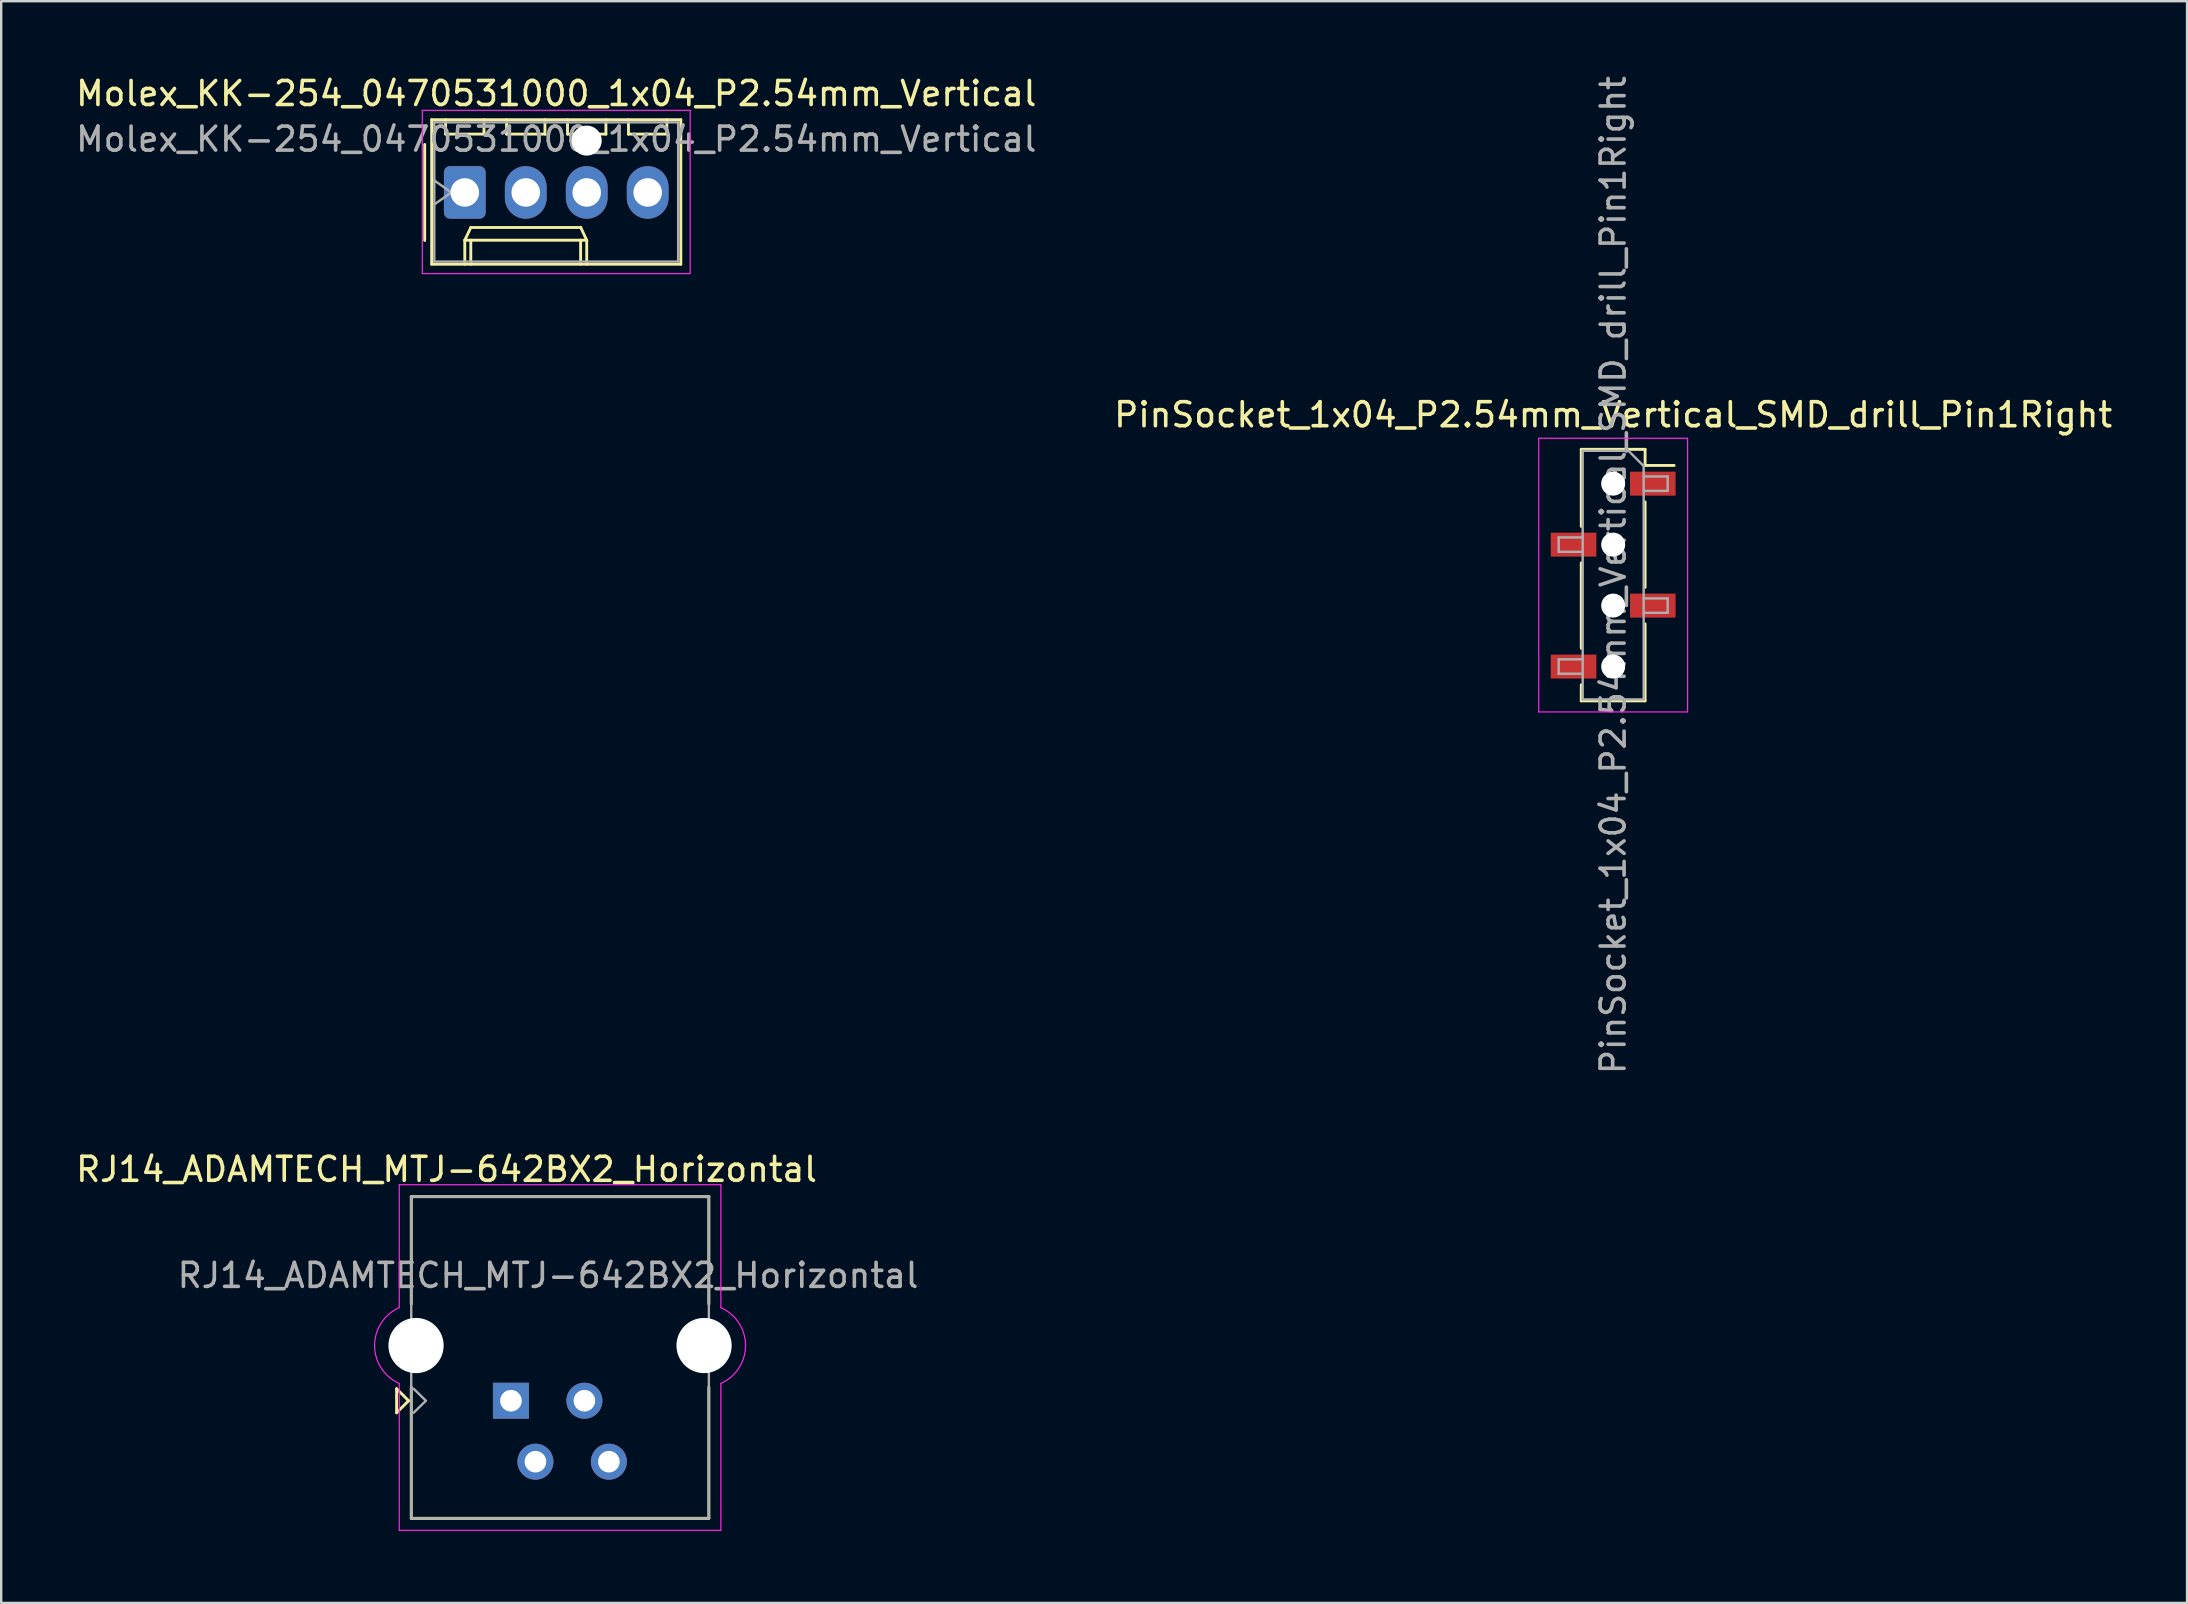
<source format=kicad_pcb>
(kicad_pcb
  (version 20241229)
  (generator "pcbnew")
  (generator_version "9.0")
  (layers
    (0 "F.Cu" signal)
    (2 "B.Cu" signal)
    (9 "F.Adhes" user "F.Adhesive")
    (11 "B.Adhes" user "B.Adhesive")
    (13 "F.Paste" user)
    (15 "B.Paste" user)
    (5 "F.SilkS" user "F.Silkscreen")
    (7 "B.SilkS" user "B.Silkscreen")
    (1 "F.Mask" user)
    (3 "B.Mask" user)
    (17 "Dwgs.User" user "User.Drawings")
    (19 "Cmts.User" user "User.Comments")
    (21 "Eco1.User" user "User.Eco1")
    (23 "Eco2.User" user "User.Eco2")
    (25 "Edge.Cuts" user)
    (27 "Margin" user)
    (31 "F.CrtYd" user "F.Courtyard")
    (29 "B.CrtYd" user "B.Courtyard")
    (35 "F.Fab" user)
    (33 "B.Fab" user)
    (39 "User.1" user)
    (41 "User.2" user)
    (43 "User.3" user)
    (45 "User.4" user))
  (footprint "RJ14_ADAMTECH_MTJ-642BX2_Horizontal"
    (layer "F.Cu")
    (at 18.238 55.31)
    (property "Reference" "RJ14_ADAMTECH_MTJ-642BX2_Horizontal" (at -2.684 -9.64 180) (layer "F.SilkS") (effects (font (size 1 1) (thickness 0.15))))
    (attr through_hole)
    (fp_line (start -4.764 -0.5) (end -4.264 0) (stroke (width 0.12) (type solid)) (layer "F.SilkS"))
    (fp_line (start -4.764 0.5) (end -4.764 -0.5) (stroke (width 0.12) (type solid)) (layer "F.SilkS"))
    (fp_line (start -4.264 0) (end -4.764 0.5) (stroke (width 0.12) (type solid)) (layer "F.SilkS"))
    (fp_line (start -4.154 -8.5) (end -4.154 -4.03) (stroke (width 0.12) (type solid)) (layer "F.SilkS"))
    (fp_line (start -4.154 -8.5) (end 8.246 -8.5) (stroke (width 0.12) (type solid)) (layer "F.SilkS"))
    (fp_line (start -4.154 4.9) (end -4.154 -0.57) (stroke (width 0.12) (type solid)) (layer "F.SilkS"))
    (fp_line (start 8.246 -8.5) (end 8.246 -4.03) (stroke (width 0.12) (type solid)) (layer "F.SilkS"))
    (fp_line (start 8.246 -0.57) (end 8.246 4.9) (stroke (width 0.12) (type solid)) (layer "F.SilkS"))
    (fp_line (start 8.246 4.9) (end -4.154 4.9) (stroke (width 0.12) (type solid)) (layer "F.SilkS"))
    (fp_line (start -4.654 -9) (end 8.746 -9) (stroke (width 0.05) (type solid)) (layer "F.CrtYd"))
    (fp_line (start -4.654 -3.88) (end -4.654 -9) (stroke (width 0.05) (type solid)) (layer "F.CrtYd"))
    (fp_line (start -4.654 5.4) (end -4.654 -0.72) (stroke (width 0.05) (type solid)) (layer "F.CrtYd"))
    (fp_line (start 8.746 -9) (end 8.746 -3.88) (stroke (width 0.05) (type solid)) (layer "F.CrtYd"))
    (fp_line (start 8.746 5.4) (end -4.654 5.4) (stroke (width 0.05) (type solid)) (layer "F.CrtYd"))
    (fp_line (start 8.746 5.4) (end 8.746 -0.72) (stroke (width 0.05) (type solid)) (layer "F.CrtYd"))
    (fp_arc (start -4.654 -0.72) (mid -5.68212 -2.3) (end -4.654 -3.88) (stroke (width 0.05) (type solid)) (layer "F.CrtYd"))
    (fp_arc (start 8.746 -3.88) (mid 9.77412 -2.3) (end 8.746 -0.72) (stroke (width 0.05) (type solid)) (layer "F.CrtYd"))
    (fp_line (start -4.154 -8.5) (end 8.246 -8.5) (stroke (width 0.1) (type solid)) (layer "F.Fab"))
    (fp_line (start -4.154 4.9) (end -4.154 -8.5) (stroke (width 0.1) (type solid)) (layer "F.Fab"))
    (fp_line (start -4.054 -0.5) (end -3.544 0) (stroke (width 0.1) (type solid)) (layer "F.Fab"))
    (fp_line (start -3.544 0) (end -4.054 0.5) (stroke (width 0.1) (type solid)) (layer "F.Fab"))
    (fp_line (start 8.246 -8.5) (end 8.246 4.9) (stroke (width 0.1) (type solid)) (layer "F.Fab"))
    (fp_line (start 8.246 4.9) (end -4.154 4.9) (stroke (width 0.1) (type solid)) (layer "F.Fab"))
    (fp_text user "${REFERENCE}" (at 1.546 -5.22 180) (layer "F.Fab") (effects (font (size 1 1) (thickness 0.15))))
    (pad "" np_thru_hole circle (at -3.954 -2.3 180) (size 2.3 2.3) (drill 2.3) (layers "*.Cu" "*.Mask"))
    (pad "" np_thru_hole circle (at 8.046 -2.3 180) (size 2.3 2.3) (drill 2.3) (layers "*.Cu" "*.Mask"))
    (pad "1" thru_hole rect (at 0 0 180) (size 1.5 1.5) (drill 0.9) (layers "*.Cu" "*.Mask"))
    (pad "2" thru_hole circle (at 1.02 2.54 180) (size 1.5 1.5) (drill 0.9) (layers "*.Cu" "*.Mask"))
    (pad "3" thru_hole circle (at 3.06 0 180) (size 1.5 1.5) (drill 0.9) (layers "*.Cu" "*.Mask"))
    (pad "4" thru_hole circle (at 4.08 2.54 180) (size 1.5 1.5) (drill 0.9) (layers "*.Cu" "*.Mask")))
  (footprint "PinSocket_1x04_P2.54mm_Vertical_SMD_drill_Pin1Right"
    (layer "F.Cu")
    (at 64.161 20.911)
    (property "Reference" "PinSocket_1x04_P2.54mm_Vertical_SMD_drill_Pin1Right" (at 0 -6.68 0) (layer "F.SilkS") (effects (font (size 1 1) (thickness 0.15))))
    (attr smd)
    (fp_line (start -1.33 -5.24) (end -1.33 -2.03) (stroke (width 0.12) (type solid)) (layer "F.SilkS"))
    (fp_line (start -1.33 -5.24) (end 1.33 -5.24) (stroke (width 0.12) (type solid)) (layer "F.SilkS"))
    (fp_line (start -1.33 -0.51) (end -1.33 3.05) (stroke (width 0.12) (type solid)) (layer "F.SilkS"))
    (fp_line (start -1.33 4.57) (end -1.33 5.24) (stroke (width 0.12) (type solid)) (layer "F.SilkS"))
    (fp_line (start -1.33 5.24) (end 1.33 5.24) (stroke (width 0.12) (type solid)) (layer "F.SilkS"))
    (fp_line (start 1.33 -5.24) (end 1.33 -4.57) (stroke (width 0.12) (type solid)) (layer "F.SilkS"))
    (fp_line (start 1.33 -4.57) (end 2.54 -4.57) (stroke (width 0.12) (type solid)) (layer "F.SilkS"))
    (fp_line (start 1.33 -3.05) (end 1.33 0.51) (stroke (width 0.12) (type solid)) (layer "F.SilkS"))
    (fp_line (start 1.33 2.03) (end 1.33 5.24) (stroke (width 0.12) (type solid)) (layer "F.SilkS"))
    (fp_line (start -3.1 -5.7) (end 3.1 -5.7) (stroke (width 0.05) (type solid)) (layer "F.CrtYd"))
    (fp_line (start -3.1 5.7) (end -3.1 -5.7) (stroke (width 0.05) (type solid)) (layer "F.CrtYd"))
    (fp_line (start 3.1 -5.7) (end 3.1 5.7) (stroke (width 0.05) (type solid)) (layer "F.CrtYd"))
    (fp_line (start 3.1 5.7) (end -3.1 5.7) (stroke (width 0.05) (type solid)) (layer "F.CrtYd"))
    (fp_line (start -2.27 -1.57) (end -1.27 -1.57) (stroke (width 0.1) (type solid)) (layer "F.Fab"))
    (fp_line (start -2.27 -0.97) (end -2.27 -1.57) (stroke (width 0.1) (type solid)) (layer "F.Fab"))
    (fp_line (start -2.27 3.51) (end -1.27 3.51) (stroke (width 0.1) (type solid)) (layer "F.Fab"))
    (fp_line (start -2.27 4.11) (end -2.27 3.51) (stroke (width 0.1) (type solid)) (layer "F.Fab"))
    (fp_line (start -1.27 -5.18) (end 0.635 -5.18) (stroke (width 0.1) (type solid)) (layer "F.Fab"))
    (fp_line (start -1.27 -0.97) (end -2.27 -0.97) (stroke (width 0.1) (type solid)) (layer "F.Fab"))
    (fp_line (start -1.27 4.11) (end -2.27 4.11) (stroke (width 0.1) (type solid)) (layer "F.Fab"))
    (fp_line (start -1.27 5.18) (end -1.27 -5.18) (stroke (width 0.1) (type solid)) (layer "F.Fab"))
    (fp_line (start 0.635 -5.18) (end 1.27 -4.545) (stroke (width 0.1) (type solid)) (layer "F.Fab"))
    (fp_line (start 1.27 -4.545) (end 1.27 5.18) (stroke (width 0.1) (type solid)) (layer "F.Fab"))
    (fp_line (start 1.27 -4.11) (end 2.27 -4.11) (stroke (width 0.1) (type solid)) (layer "F.Fab"))
    (fp_line (start 1.27 0.97) (end 2.27 0.97) (stroke (width 0.1) (type solid)) (layer "F.Fab"))
    (fp_line (start 1.27 5.18) (end -1.27 5.18) (stroke (width 0.1) (type solid)) (layer "F.Fab"))
    (fp_line (start 2.27 -4.11) (end 2.27 -3.51) (stroke (width 0.1) (type solid)) (layer "F.Fab"))
    (fp_line (start 2.27 -3.51) (end 1.27 -3.51) (stroke (width 0.1) (type solid)) (layer "F.Fab"))
    (fp_line (start 2.27 0.97) (end 2.27 1.57) (stroke (width 0.1) (type solid)) (layer "F.Fab"))
    (fp_line (start 2.27 1.57) (end 1.27 1.57) (stroke (width 0.1) (type solid)) (layer "F.Fab"))
    (fp_text user "${REFERENCE}" (at 0 0 90) (layer "F.Fab") (effects (font (size 1 1) (thickness 0.15))))
    (pad "" np_thru_hole circle (at 0 -3.81) (size 1 1) (drill 1.1) (layers "*.Cu" "*.Mask"))
    (pad "" np_thru_hole circle (at 0 -1.27) (size 1 1) (drill 1.1) (layers "*.Cu" "*.Mask"))
    (pad "" np_thru_hole circle (at 0 1.27) (size 1 1) (drill 1.1) (layers "*.Cu" "*.Mask"))
    (pad "" np_thru_hole circle (at 0 3.81) (size 1 1) (drill 1.1) (layers "*.Cu" "*.Mask"))
    (pad "1" smd rect (at 1.65 -3.81) (size 1.9 1) (layers "F.Cu" "F.Mask" "F.Paste"))
    (pad "2" smd rect (at -1.65 -1.27) (size 1.9 1) (layers "F.Cu" "F.Mask" "F.Paste"))
    (pad "3" smd rect (at 1.65 1.27) (size 1.9 1) (layers "F.Cu" "F.Mask" "F.Paste"))
    (pad "4" smd rect (at -1.65 3.81) (size 1.9 1) (layers "F.Cu" "F.Mask" "F.Paste")))
  (footprint "Molex_KK-254_0470531000_1x04_P2.54mm_Vertical"
    (layer "F.Cu")
    (at 16.315 4.968)
    (property "Reference" "Molex_KK-254_0470531000_1x04_P2.54mm_Vertical" (at 3.81 -4.12 0) (layer "F.SilkS") (effects (font (size 1 1) (thickness 0.15))))
    (attr through_hole)
    (fp_line (start -1.67 -2) (end -1.67 2) (stroke (width 0.12) (type solid)) (layer "F.SilkS"))
    (fp_line (start -1.38 -3.03) (end -1.38 2.99) (stroke (width 0.12) (type solid)) (layer "F.SilkS"))
    (fp_line (start -1.38 2.99) (end 9 2.99) (stroke (width 0.12) (type solid)) (layer "F.SilkS"))
    (fp_line (start -0.8 -3.03) (end -0.8 -2.43) (stroke (width 0.12) (type solid)) (layer "F.SilkS"))
    (fp_line (start -0.8 -2.43) (end 0.8 -2.43) (stroke (width 0.12) (type solid)) (layer "F.SilkS"))
    (fp_line (start 0 1.99) (end 0.25 1.46) (stroke (width 0.12) (type solid)) (layer "F.SilkS"))
    (fp_line (start 0 1.99) (end 5.08 1.99) (stroke (width 0.12) (type solid)) (layer "F.SilkS"))
    (fp_line (start 0 2.99) (end 0 1.99) (stroke (width 0.12) (type solid)) (layer "F.SilkS"))
    (fp_line (start 0.25 1.46) (end 4.83 1.46) (stroke (width 0.12) (type solid)) (layer "F.SilkS"))
    (fp_line (start 0.25 2.99) (end 0.25 1.99) (stroke (width 0.12) (type solid)) (layer "F.SilkS"))
    (fp_line (start 0.8 -2.43) (end 0.8 -3.03) (stroke (width 0.12) (type solid)) (layer "F.SilkS"))
    (fp_line (start 1.74 -3.03) (end 1.74 -2.43) (stroke (width 0.12) (type solid)) (layer "F.SilkS"))
    (fp_line (start 1.74 -2.43) (end 3.34 -2.43) (stroke (width 0.12) (type solid)) (layer "F.SilkS"))
    (fp_line (start 3.34 -2.43) (end 3.34 -3.03) (stroke (width 0.12) (type solid)) (layer "F.SilkS"))
    (fp_line (start 4.28 -3.03) (end 4.28 -2.43) (stroke (width 0.12) (type solid)) (layer "F.SilkS"))
    (fp_line (start 4.28 -2.43) (end 5.88 -2.43) (stroke (width 0.12) (type solid)) (layer "F.SilkS"))
    (fp_line (start 4.826 2.99) (end 4.826 1.99) (stroke (width 0.12) (type solid)) (layer "F.SilkS"))
    (fp_line (start 4.83 1.46) (end 5.08 1.99) (stroke (width 0.12) (type solid)) (layer "F.SilkS"))
    (fp_line (start 5.08 1.99) (end 5.08 2.99) (stroke (width 0.12) (type solid)) (layer "F.SilkS"))
    (fp_line (start 5.88 -2.43) (end 5.88 -3.03) (stroke (width 0.12) (type solid)) (layer "F.SilkS"))
    (fp_line (start 6.82 -3.03) (end 6.82 -2.43) (stroke (width 0.12) (type solid)) (layer "F.SilkS"))
    (fp_line (start 6.82 -2.43) (end 8.42 -2.43) (stroke (width 0.12) (type solid)) (layer "F.SilkS"))
    (fp_line (start 8.42 -2.43) (end 8.42 -3.03) (stroke (width 0.12) (type solid)) (layer "F.SilkS"))
    (fp_line (start 9 -3.03) (end -1.38 -3.03) (stroke (width 0.12) (type solid)) (layer "F.SilkS"))
    (fp_line (start 9 2.99) (end 9 -3.03) (stroke (width 0.12) (type solid)) (layer "F.SilkS"))
    (fp_line (start -1.77 -3.42) (end -1.77 3.38) (stroke (width 0.05) (type solid)) (layer "F.CrtYd"))
    (fp_line (start -1.77 3.38) (end 9.39 3.38) (stroke (width 0.05) (type solid)) (layer "F.CrtYd"))
    (fp_line (start 9.39 -3.42) (end -1.77 -3.42) (stroke (width 0.05) (type solid)) (layer "F.CrtYd"))
    (fp_line (start 9.39 3.38) (end 9.39 -3.42) (stroke (width 0.05) (type solid)) (layer "F.CrtYd"))
    (fp_line (start -1.27 -2.92) (end -1.27 2.88) (stroke (width 0.1) (type solid)) (layer "F.Fab"))
    (fp_line (start -1.27 -0.5) (end -0.563 0) (stroke (width 0.1) (type solid)) (layer "F.Fab"))
    (fp_line (start -1.27 2.88) (end 8.89 2.88) (stroke (width 0.1) (type solid)) (layer "F.Fab"))
    (fp_line (start -0.563 0) (end -1.27 0.5) (stroke (width 0.1) (type solid)) (layer "F.Fab"))
    (fp_line (start 8.89 -2.92) (end -1.27 -2.92) (stroke (width 0.1) (type solid)) (layer "F.Fab"))
    (fp_line (start 8.89 2.88) (end 8.89 -2.92) (stroke (width 0.1) (type solid)) (layer "F.Fab"))
    (fp_text user "${REFERENCE}" (at 3.81 -2.22 0) (layer "F.Fab") (effects (font (size 1 1) (thickness 0.15))))
    (pad "" np_thru_hole circle (at 5.08 -2.16) (size 1.25 1.25) (drill 1.25) (layers "*.Cu" "*.Mask"))
    (pad "1" thru_hole roundrect (at 0 0) (size 1.74 2.19) (drill 1.19) (layers "*.Cu" "*.Mask") (roundrect_rratio 0.144))
    (pad "2" thru_hole oval (at 2.54 0) (size 1.74 2.19) (drill 1.19) (layers "*.Cu" "*.Mask"))
    (pad "3" thru_hole oval (at 5.08 0) (size 1.74 2.19) (drill 1.19) (layers "*.Cu" "*.Mask"))
    (pad "4" thru_hole oval (at 7.62 0) (size 1.74 2.19) (drill 1.19) (layers "*.Cu" "*.Mask")))
  (gr_rect
    (start -3 -3)
    (end 88.071 63.735)
    (stroke (width 0.1) (type default))
    (fill no)
    (layer "Edge.Cuts")))
</source>
